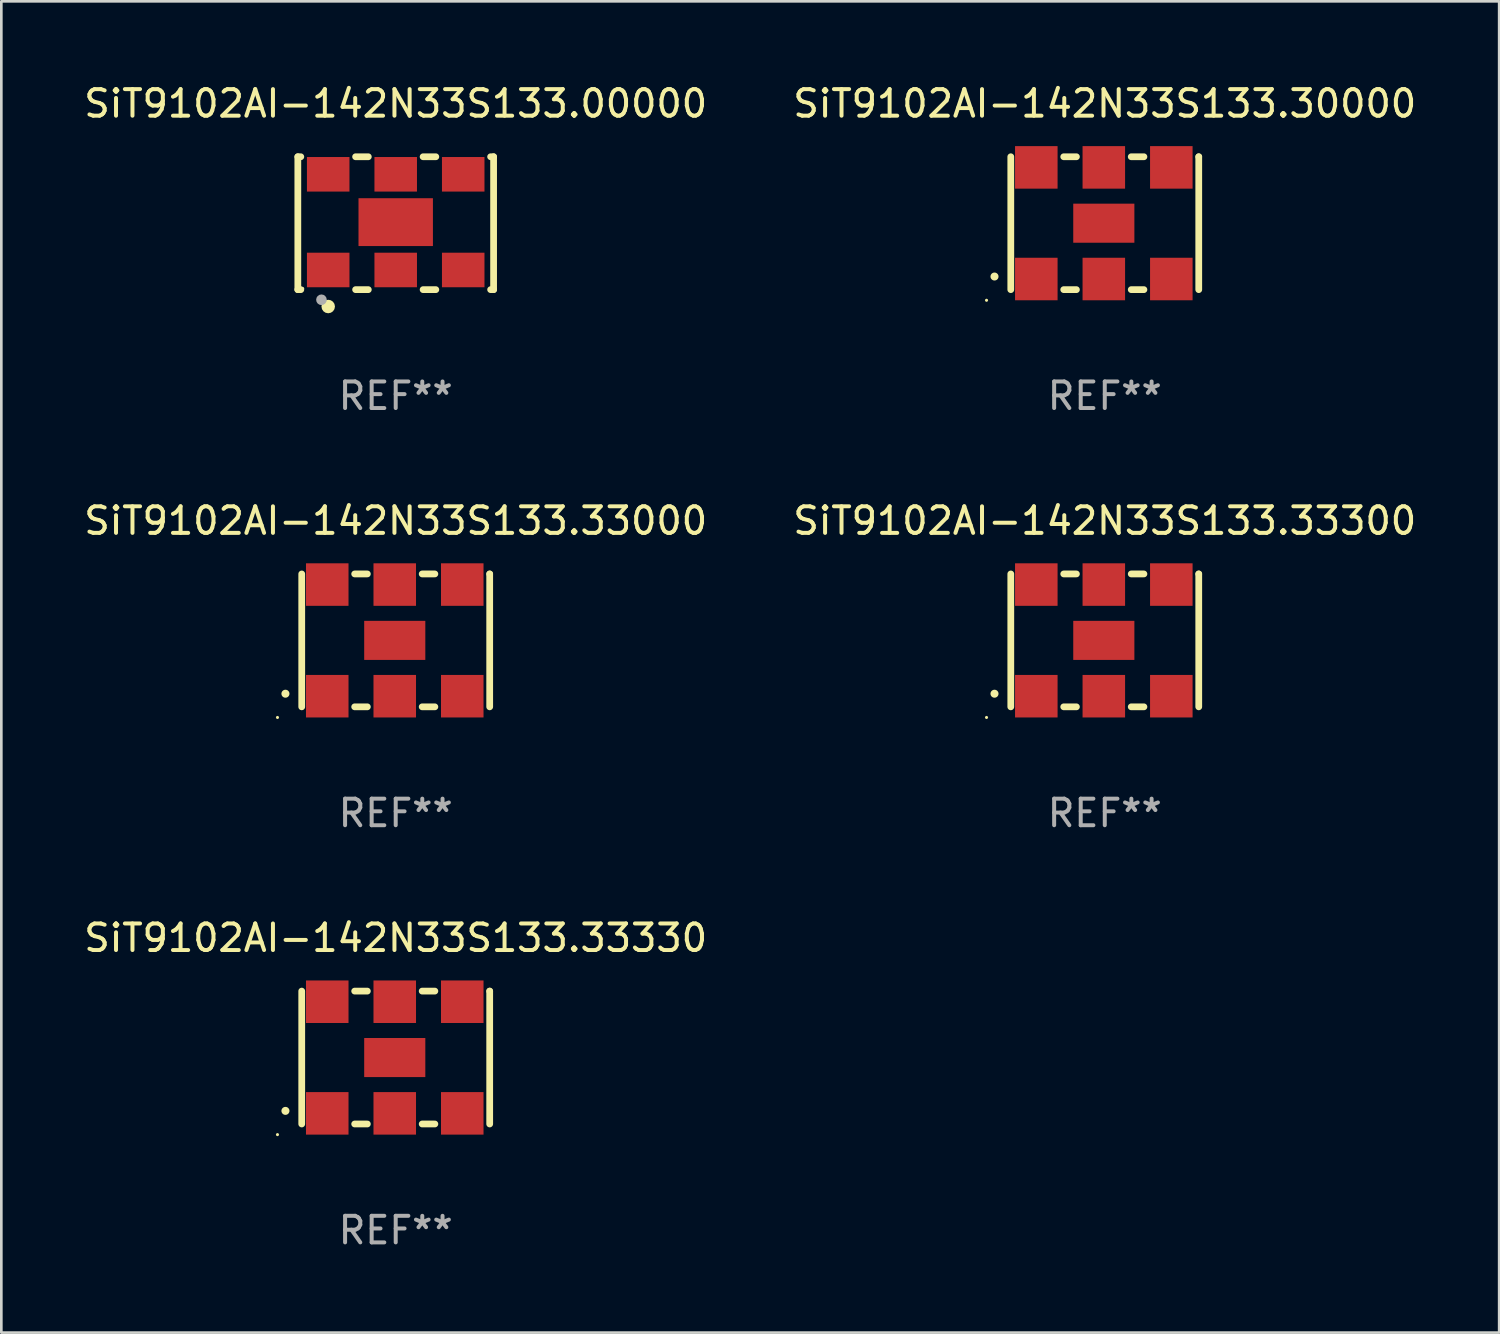
<source format=kicad_pcb>
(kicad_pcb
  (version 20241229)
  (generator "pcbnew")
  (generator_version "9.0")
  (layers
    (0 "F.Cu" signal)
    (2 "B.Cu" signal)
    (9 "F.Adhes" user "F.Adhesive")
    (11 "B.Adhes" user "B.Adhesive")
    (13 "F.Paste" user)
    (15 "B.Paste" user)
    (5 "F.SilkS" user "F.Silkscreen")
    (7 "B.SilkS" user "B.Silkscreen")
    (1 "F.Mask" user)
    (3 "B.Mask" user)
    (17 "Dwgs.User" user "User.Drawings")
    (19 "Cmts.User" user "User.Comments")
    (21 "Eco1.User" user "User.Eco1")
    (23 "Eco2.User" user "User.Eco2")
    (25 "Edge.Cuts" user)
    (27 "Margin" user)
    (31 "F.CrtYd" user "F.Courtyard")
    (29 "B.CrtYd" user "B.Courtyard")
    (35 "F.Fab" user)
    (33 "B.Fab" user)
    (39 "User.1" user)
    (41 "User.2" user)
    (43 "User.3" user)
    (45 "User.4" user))
  (footprint "SiT9102AI-142N33S133.33300"
    (layer "F.Cu")
    (at 38.518 21.045)
    (property "Reference" "SiT9102AI-142N33S133.33300" (at 0 -4.5 0) (layer "F.SilkS") (effects (font (size 1 1) (thickness 0.15))))
    (attr through_hole)
    (fp_line (start -3.536 -2.5) (end -3.536 2.5) (stroke (width 0.254) (type solid)) (layer "F.SilkS"))
    (fp_line (start -1.544 2.5) (end -1.067 2.5) (stroke (width 0.254) (type solid)) (layer "F.SilkS"))
    (fp_line (start -1.067 -2.5) (end -1.544 -2.5) (stroke (width 0.254) (type solid)) (layer "F.SilkS"))
    (fp_line (start 0.996 2.5) (end 1.473 2.5) (stroke (width 0.254) (type solid)) (layer "F.SilkS"))
    (fp_line (start 1.473 -2.5) (end 0.996 -2.5) (stroke (width 0.254) (type solid)) (layer "F.SilkS"))
    (fp_line (start 3.536 -2.5) (end 3.536 -2.5) (stroke (width 0.254) (type solid)) (layer "F.SilkS"))
    (fp_line (start 3.536 2.5) (end 3.536 -2.5) (stroke (width 0.254) (type solid)) (layer "F.SilkS"))
    (fp_arc (start -4.150432 2.006604) (mid -4.149162 2.006599) (end -4.147892 2.006604) (stroke (width 0.3) (type solid)) (layer "F.SilkS"))
    (fp_circle (center -4.449 2.9) (end -4.419 2.9) (stroke (width 0.06) (type solid)) (fill no) (layer "F.SilkS"))
    (fp_text user "REF**" (at 0 6.5 0) (layer "F.Fab") (effects (font (size 1 1) (thickness 0.15))))
    (pad "1" smd rect (at -2.576 2.1) (size 1.6 1.6) (layers "F.Cu" "F.Mask" "F.Paste"))
    (pad "2" smd rect (at -0.036 2.1) (size 1.6 1.6) (layers "F.Cu" "F.Mask" "F.Paste"))
    (pad "3" smd rect (at 2.504 2.1) (size 1.6 1.6) (layers "F.Cu" "F.Mask" "F.Paste"))
    (pad "4" smd rect (at 2.504 -2.1) (size 1.6 1.6) (layers "F.Cu" "F.Mask" "F.Paste"))
    (pad "5" smd rect (at -0.036 -2.1) (size 1.6 1.6) (layers "F.Cu" "F.Mask" "F.Paste"))
    (pad "6" smd rect (at -2.576 -2.1) (size 1.6 1.6) (layers "F.Cu" "F.Mask" "F.Paste"))
    (pad "7" smd rect (at -0.036 0) (size 2.3 1.47) (layers "F.Cu" "F.Mask" "F.Paste")))
  (footprint "SiT9102AI-142N33S133.00000"
    (layer "F.Cu")
    (at 11.839 5.348)
    (property "Reference" "SiT9102AI-142N33S133.00000" (at 0 -4.5 0) (layer "F.SilkS") (effects (font (size 1 1) (thickness 0.15))))
    (attr through_hole)
    (fp_line (start -3.683 -2.5) (end -3.571 -2.5) (stroke (width 0.254) (type solid)) (layer "F.SilkS"))
    (fp_line (start -3.683 2.5) (end -3.683 -2.5) (stroke (width 0.254) (type solid)) (layer "F.SilkS"))
    (fp_line (start -3.683 2.5) (end -3.571 2.5) (stroke (width 0.254) (type solid)) (layer "F.SilkS"))
    (fp_line (start -1.509 -2.5) (end -1.031 -2.5) (stroke (width 0.254) (type solid)) (layer "F.SilkS"))
    (fp_line (start -1.509 2.5) (end -1.031 2.5) (stroke (width 0.254) (type solid)) (layer "F.SilkS"))
    (fp_line (start 1.031 -2.5) (end 1.509 -2.5) (stroke (width 0.254) (type solid)) (layer "F.SilkS"))
    (fp_line (start 1.031 2.5) (end 1.509 2.5) (stroke (width 0.254) (type solid)) (layer "F.SilkS"))
    (fp_line (start 3.571 -2.5) (end 3.683 -2.5) (stroke (width 0.254) (type solid)) (layer "F.SilkS"))
    (fp_line (start 3.571 2.5) (end 3.683 2.5) (stroke (width 0.254) (type solid)) (layer "F.SilkS"))
    (fp_line (start 3.683 2.5) (end 3.683 -2.5) (stroke (width 0.254) (type solid)) (layer "F.SilkS"))
    (fp_circle (center -3.5 2.46) (end -3.47 2.46) (stroke (width 0.06) (type solid)) (fill no) (layer "F.SilkS"))
    (fp_circle (center -2.54 3.135) (end -2.413 3.135) (stroke (width 0.254) (type solid)) (fill no) (layer "F.SilkS"))
    (fp_circle (center -2.794 2.881) (end -2.694 2.881) (stroke (width 0.2) (type solid)) (fill no) (layer "F.Fab"))
    (fp_text user "REF**" (at 0 6.5 0) (layer "F.Fab") (effects (font (size 1 1) (thickness 0.15))))
    (pad "1" smd rect (at -2.54 1.76) (size 1.6 1.3) (layers "F.Cu" "F.Mask" "F.Paste"))
    (pad "2" smd rect (at 0 1.76) (size 1.6 1.3) (layers "F.Cu" "F.Mask" "F.Paste"))
    (pad "3" smd rect (at 2.54 1.76) (size 1.6 1.3) (layers "F.Cu" "F.Mask" "F.Paste"))
    (pad "4" smd rect (at 2.54 -1.84) (size 1.6 1.3) (layers "F.Cu" "F.Mask" "F.Paste"))
    (pad "5" smd rect (at 0 -1.84) (size 1.6 1.3) (layers "F.Cu" "F.Mask" "F.Paste"))
    (pad "6" smd rect (at -2.54 -1.84) (size 1.6 1.3) (layers "F.Cu" "F.Mask" "F.Paste"))
    (pad "7" smd rect (at 0 -0.04) (size 2.8 1.8) (layers "F.Cu" "F.Mask" "F.Paste")))
  (footprint "SiT9102AI-142N33S133.33000"
    (layer "F.Cu")
    (at 11.839 21.045)
    (property "Reference" "SiT9102AI-142N33S133.33000" (at 0 -4.5 0) (layer "F.SilkS") (effects (font (size 1 1) (thickness 0.15))))
    (attr through_hole)
    (fp_line (start -3.536 -2.5) (end -3.536 2.5) (stroke (width 0.254) (type solid)) (layer "F.SilkS"))
    (fp_line (start -1.544 2.5) (end -1.067 2.5) (stroke (width 0.254) (type solid)) (layer "F.SilkS"))
    (fp_line (start -1.067 -2.5) (end -1.544 -2.5) (stroke (width 0.254) (type solid)) (layer "F.SilkS"))
    (fp_line (start 0.996 2.5) (end 1.473 2.5) (stroke (width 0.254) (type solid)) (layer "F.SilkS"))
    (fp_line (start 1.473 -2.5) (end 0.996 -2.5) (stroke (width 0.254) (type solid)) (layer "F.SilkS"))
    (fp_line (start 3.536 -2.5) (end 3.536 -2.5) (stroke (width 0.254) (type solid)) (layer "F.SilkS"))
    (fp_line (start 3.536 2.5) (end 3.536 -2.5) (stroke (width 0.254) (type solid)) (layer "F.SilkS"))
    (fp_arc (start -4.150432 2.006604) (mid -4.149162 2.006599) (end -4.147892 2.006604) (stroke (width 0.3) (type solid)) (layer "F.SilkS"))
    (fp_circle (center -4.449 2.9) (end -4.419 2.9) (stroke (width 0.06) (type solid)) (fill no) (layer "F.SilkS"))
    (fp_text user "REF**" (at 0 6.5 0) (layer "F.Fab") (effects (font (size 1 1) (thickness 0.15))))
    (pad "1" smd rect (at -2.576 2.1) (size 1.6 1.6) (layers "F.Cu" "F.Mask" "F.Paste"))
    (pad "2" smd rect (at -0.036 2.1) (size 1.6 1.6) (layers "F.Cu" "F.Mask" "F.Paste"))
    (pad "3" smd rect (at 2.504 2.1) (size 1.6 1.6) (layers "F.Cu" "F.Mask" "F.Paste"))
    (pad "4" smd rect (at 2.504 -2.1) (size 1.6 1.6) (layers "F.Cu" "F.Mask" "F.Paste"))
    (pad "5" smd rect (at -0.036 -2.1) (size 1.6 1.6) (layers "F.Cu" "F.Mask" "F.Paste"))
    (pad "6" smd rect (at -2.576 -2.1) (size 1.6 1.6) (layers "F.Cu" "F.Mask" "F.Paste"))
    (pad "7" smd rect (at -0.036 0) (size 2.3 1.47) (layers "F.Cu" "F.Mask" "F.Paste")))
  (footprint "SiT9102AI-142N33S133.33330"
    (layer "F.Cu")
    (at 11.839 36.741)
    (property "Reference" "SiT9102AI-142N33S133.33330" (at 0 -4.5 0) (layer "F.SilkS") (effects (font (size 1 1) (thickness 0.15))))
    (attr through_hole)
    (fp_line (start -3.536 -2.5) (end -3.536 2.5) (stroke (width 0.254) (type solid)) (layer "F.SilkS"))
    (fp_line (start -1.544 2.5) (end -1.067 2.5) (stroke (width 0.254) (type solid)) (layer "F.SilkS"))
    (fp_line (start -1.067 -2.5) (end -1.544 -2.5) (stroke (width 0.254) (type solid)) (layer "F.SilkS"))
    (fp_line (start 0.996 2.5) (end 1.473 2.5) (stroke (width 0.254) (type solid)) (layer "F.SilkS"))
    (fp_line (start 1.473 -2.5) (end 0.996 -2.5) (stroke (width 0.254) (type solid)) (layer "F.SilkS"))
    (fp_line (start 3.536 -2.5) (end 3.536 -2.5) (stroke (width 0.254) (type solid)) (layer "F.SilkS"))
    (fp_line (start 3.536 2.5) (end 3.536 -2.5) (stroke (width 0.254) (type solid)) (layer "F.SilkS"))
    (fp_arc (start -4.150432 2.006604) (mid -4.149162 2.006599) (end -4.147892 2.006604) (stroke (width 0.3) (type solid)) (layer "F.SilkS"))
    (fp_circle (center -4.449 2.9) (end -4.419 2.9) (stroke (width 0.06) (type solid)) (fill no) (layer "F.SilkS"))
    (fp_text user "REF**" (at 0 6.5 0) (layer "F.Fab") (effects (font (size 1 1) (thickness 0.15))))
    (pad "1" smd rect (at -2.576 2.1) (size 1.6 1.6) (layers "F.Cu" "F.Mask" "F.Paste"))
    (pad "2" smd rect (at -0.036 2.1) (size 1.6 1.6) (layers "F.Cu" "F.Mask" "F.Paste"))
    (pad "3" smd rect (at 2.504 2.1) (size 1.6 1.6) (layers "F.Cu" "F.Mask" "F.Paste"))
    (pad "4" smd rect (at 2.504 -2.1) (size 1.6 1.6) (layers "F.Cu" "F.Mask" "F.Paste"))
    (pad "5" smd rect (at -0.036 -2.1) (size 1.6 1.6) (layers "F.Cu" "F.Mask" "F.Paste"))
    (pad "6" smd rect (at -2.576 -2.1) (size 1.6 1.6) (layers "F.Cu" "F.Mask" "F.Paste"))
    (pad "7" smd rect (at -0.036 0) (size 2.3 1.47) (layers "F.Cu" "F.Mask" "F.Paste")))
  (footprint "SiT9102AI-142N33S133.30000"
    (layer "F.Cu")
    (at 38.518 5.348)
    (property "Reference" "SiT9102AI-142N33S133.30000" (at 0 -4.5 0) (layer "F.SilkS") (effects (font (size 1 1) (thickness 0.15))))
    (attr through_hole)
    (fp_line (start -3.536 -2.5) (end -3.536 2.5) (stroke (width 0.254) (type solid)) (layer "F.SilkS"))
    (fp_line (start -1.544 2.5) (end -1.067 2.5) (stroke (width 0.254) (type solid)) (layer "F.SilkS"))
    (fp_line (start -1.067 -2.5) (end -1.544 -2.5) (stroke (width 0.254) (type solid)) (layer "F.SilkS"))
    (fp_line (start 0.996 2.5) (end 1.473 2.5) (stroke (width 0.254) (type solid)) (layer "F.SilkS"))
    (fp_line (start 1.473 -2.5) (end 0.996 -2.5) (stroke (width 0.254) (type solid)) (layer "F.SilkS"))
    (fp_line (start 3.536 -2.5) (end 3.536 -2.5) (stroke (width 0.254) (type solid)) (layer "F.SilkS"))
    (fp_line (start 3.536 2.5) (end 3.536 -2.5) (stroke (width 0.254) (type solid)) (layer "F.SilkS"))
    (fp_arc (start -4.150432 2.006604) (mid -4.149162 2.006599) (end -4.147892 2.006604) (stroke (width 0.3) (type solid)) (layer "F.SilkS"))
    (fp_circle (center -4.449 2.9) (end -4.419 2.9) (stroke (width 0.06) (type solid)) (fill no) (layer "F.SilkS"))
    (fp_text user "REF**" (at 0 6.5 0) (layer "F.Fab") (effects (font (size 1 1) (thickness 0.15))))
    (pad "1" smd rect (at -2.576 2.1) (size 1.6 1.6) (layers "F.Cu" "F.Mask" "F.Paste"))
    (pad "2" smd rect (at -0.036 2.1) (size 1.6 1.6) (layers "F.Cu" "F.Mask" "F.Paste"))
    (pad "3" smd rect (at 2.504 2.1) (size 1.6 1.6) (layers "F.Cu" "F.Mask" "F.Paste"))
    (pad "4" smd rect (at 2.504 -2.1) (size 1.6 1.6) (layers "F.Cu" "F.Mask" "F.Paste"))
    (pad "5" smd rect (at -0.036 -2.1) (size 1.6 1.6) (layers "F.Cu" "F.Mask" "F.Paste"))
    (pad "6" smd rect (at -2.576 -2.1) (size 1.6 1.6) (layers "F.Cu" "F.Mask" "F.Paste"))
    (pad "7" smd rect (at -0.036 0) (size 2.3 1.47) (layers "F.Cu" "F.Mask" "F.Paste")))
  (gr_rect
    (start -3 -3)
    (end 53.357 47.09)
    (stroke (width 0.1) (type default))
    (fill no)
    (layer "Edge.Cuts")))
</source>
